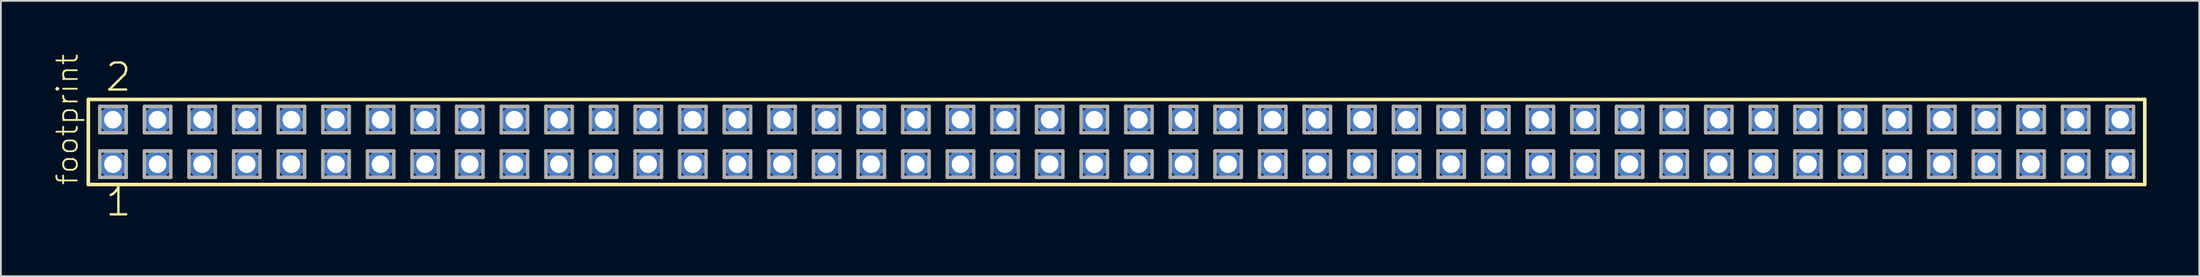
<source format=kicad_pcb>
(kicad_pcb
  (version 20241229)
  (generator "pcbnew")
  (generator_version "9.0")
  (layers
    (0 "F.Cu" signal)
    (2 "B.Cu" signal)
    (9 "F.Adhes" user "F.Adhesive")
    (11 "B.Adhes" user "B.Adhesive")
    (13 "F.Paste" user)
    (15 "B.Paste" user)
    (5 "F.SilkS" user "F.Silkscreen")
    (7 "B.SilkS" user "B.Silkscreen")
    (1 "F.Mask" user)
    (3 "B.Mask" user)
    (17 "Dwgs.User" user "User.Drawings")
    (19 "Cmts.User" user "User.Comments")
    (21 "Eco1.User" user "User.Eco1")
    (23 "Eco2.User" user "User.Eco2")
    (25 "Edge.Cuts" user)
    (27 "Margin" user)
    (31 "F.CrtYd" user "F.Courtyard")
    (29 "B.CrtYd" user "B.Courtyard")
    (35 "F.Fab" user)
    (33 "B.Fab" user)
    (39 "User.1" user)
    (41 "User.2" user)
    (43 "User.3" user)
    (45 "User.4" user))
  (footprint "footprint"
    (layer "F.Cu")
    (at 60.528 5.042)
    (property "Reference" "footprint" (at -59.055 2.54 90) (layer "F.SilkS") (effects (font (size 1.168 1.168) (thickness 0.102)) (justify left bottom)))
    (fp_line (start -58.549 -2.425) (end 58.549 -2.425) (stroke (width 0.203) (type solid)) (layer "F.SilkS"))
    (fp_line (start -58.549 2.425) (end -58.549 -2.425) (stroke (width 0.203) (type solid)) (layer "F.SilkS"))
    (fp_line (start 58.549 -2.425) (end 58.549 2.425) (stroke (width 0.203) (type solid)) (layer "F.SilkS"))
    (fp_line (start 58.549 2.425) (end -58.549 2.425) (stroke (width 0.203) (type solid)) (layer "F.SilkS"))
    (fp_line (start -57.895 -2.025) (end -56.395 -2.025) (stroke (width 0.203) (type solid)) (layer "F.Fab"))
    (fp_line (start -57.895 -0.525) (end -57.895 -2.025) (stroke (width 0.203) (type solid)) (layer "F.Fab"))
    (fp_line (start -57.895 0.515) (end -56.395 0.515) (stroke (width 0.203) (type solid)) (layer "F.Fab"))
    (fp_line (start -57.895 2.015) (end -57.895 0.515) (stroke (width 0.203) (type solid)) (layer "F.Fab"))
    (fp_line (start -56.395 -2.025) (end -56.395 -0.525) (stroke (width 0.203) (type solid)) (layer "F.Fab"))
    (fp_line (start -56.395 -0.525) (end -57.895 -0.525) (stroke (width 0.203) (type solid)) (layer "F.Fab"))
    (fp_line (start -56.395 0.515) (end -56.395 2.015) (stroke (width 0.203) (type solid)) (layer "F.Fab"))
    (fp_line (start -56.395 2.015) (end -57.895 2.015) (stroke (width 0.203) (type solid)) (layer "F.Fab"))
    (fp_line (start -55.355 -2.025) (end -53.855 -2.025) (stroke (width 0.203) (type solid)) (layer "F.Fab"))
    (fp_line (start -55.355 -0.525) (end -55.355 -2.025) (stroke (width 0.203) (type solid)) (layer "F.Fab"))
    (fp_line (start -55.355 0.515) (end -53.855 0.515) (stroke (width 0.203) (type solid)) (layer "F.Fab"))
    (fp_line (start -55.355 2.015) (end -55.355 0.515) (stroke (width 0.203) (type solid)) (layer "F.Fab"))
    (fp_line (start -53.855 -2.025) (end -53.855 -0.525) (stroke (width 0.203) (type solid)) (layer "F.Fab"))
    (fp_line (start -53.855 -0.525) (end -55.355 -0.525) (stroke (width 0.203) (type solid)) (layer "F.Fab"))
    (fp_line (start -53.855 0.515) (end -53.855 2.015) (stroke (width 0.203) (type solid)) (layer "F.Fab"))
    (fp_line (start -53.855 2.015) (end -55.355 2.015) (stroke (width 0.203) (type solid)) (layer "F.Fab"))
    (fp_line (start -52.815 -2.025) (end -51.315 -2.025) (stroke (width 0.203) (type solid)) (layer "F.Fab"))
    (fp_line (start -52.815 -0.525) (end -52.815 -2.025) (stroke (width 0.203) (type solid)) (layer "F.Fab"))
    (fp_line (start -52.815 0.515) (end -51.315 0.515) (stroke (width 0.203) (type solid)) (layer "F.Fab"))
    (fp_line (start -52.815 2.015) (end -52.815 0.515) (stroke (width 0.203) (type solid)) (layer "F.Fab"))
    (fp_line (start -51.315 -2.025) (end -51.315 -0.525) (stroke (width 0.203) (type solid)) (layer "F.Fab"))
    (fp_line (start -51.315 -0.525) (end -52.815 -0.525) (stroke (width 0.203) (type solid)) (layer "F.Fab"))
    (fp_line (start -51.315 0.515) (end -51.315 2.015) (stroke (width 0.203) (type solid)) (layer "F.Fab"))
    (fp_line (start -51.315 2.015) (end -52.815 2.015) (stroke (width 0.203) (type solid)) (layer "F.Fab"))
    (fp_line (start -50.275 -2.025) (end -48.775 -2.025) (stroke (width 0.203) (type solid)) (layer "F.Fab"))
    (fp_line (start -50.275 -0.525) (end -50.275 -2.025) (stroke (width 0.203) (type solid)) (layer "F.Fab"))
    (fp_line (start -50.275 0.515) (end -48.775 0.515) (stroke (width 0.203) (type solid)) (layer "F.Fab"))
    (fp_line (start -50.275 2.015) (end -50.275 0.515) (stroke (width 0.203) (type solid)) (layer "F.Fab"))
    (fp_line (start -48.775 -2.025) (end -48.775 -0.525) (stroke (width 0.203) (type solid)) (layer "F.Fab"))
    (fp_line (start -48.775 -0.525) (end -50.275 -0.525) (stroke (width 0.203) (type solid)) (layer "F.Fab"))
    (fp_line (start -48.775 0.515) (end -48.775 2.015) (stroke (width 0.203) (type solid)) (layer "F.Fab"))
    (fp_line (start -48.775 2.015) (end -50.275 2.015) (stroke (width 0.203) (type solid)) (layer "F.Fab"))
    (fp_line (start -47.735 -2.025) (end -46.235 -2.025) (stroke (width 0.203) (type solid)) (layer "F.Fab"))
    (fp_line (start -47.735 -0.525) (end -47.735 -2.025) (stroke (width 0.203) (type solid)) (layer "F.Fab"))
    (fp_line (start -47.735 0.515) (end -46.235 0.515) (stroke (width 0.203) (type solid)) (layer "F.Fab"))
    (fp_line (start -47.735 2.015) (end -47.735 0.515) (stroke (width 0.203) (type solid)) (layer "F.Fab"))
    (fp_line (start -46.235 -2.025) (end -46.235 -0.525) (stroke (width 0.203) (type solid)) (layer "F.Fab"))
    (fp_line (start -46.235 -0.525) (end -47.735 -0.525) (stroke (width 0.203) (type solid)) (layer "F.Fab"))
    (fp_line (start -46.235 0.515) (end -46.235 2.015) (stroke (width 0.203) (type solid)) (layer "F.Fab"))
    (fp_line (start -46.235 2.015) (end -47.735 2.015) (stroke (width 0.203) (type solid)) (layer "F.Fab"))
    (fp_line (start -45.195 -2.025) (end -43.695 -2.025) (stroke (width 0.203) (type solid)) (layer "F.Fab"))
    (fp_line (start -45.195 -0.525) (end -45.195 -2.025) (stroke (width 0.203) (type solid)) (layer "F.Fab"))
    (fp_line (start -45.195 0.515) (end -43.695 0.515) (stroke (width 0.203) (type solid)) (layer "F.Fab"))
    (fp_line (start -45.195 2.015) (end -45.195 0.515) (stroke (width 0.203) (type solid)) (layer "F.Fab"))
    (fp_line (start -43.695 -2.025) (end -43.695 -0.525) (stroke (width 0.203) (type solid)) (layer "F.Fab"))
    (fp_line (start -43.695 -0.525) (end -45.195 -0.525) (stroke (width 0.203) (type solid)) (layer "F.Fab"))
    (fp_line (start -43.695 0.515) (end -43.695 2.015) (stroke (width 0.203) (type solid)) (layer "F.Fab"))
    (fp_line (start -43.695 2.015) (end -45.195 2.015) (stroke (width 0.203) (type solid)) (layer "F.Fab"))
    (fp_line (start -42.655 -2.025) (end -41.155 -2.025) (stroke (width 0.203) (type solid)) (layer "F.Fab"))
    (fp_line (start -42.655 -0.525) (end -42.655 -2.025) (stroke (width 0.203) (type solid)) (layer "F.Fab"))
    (fp_line (start -42.655 0.515) (end -41.155 0.515) (stroke (width 0.203) (type solid)) (layer "F.Fab"))
    (fp_line (start -42.655 2.015) (end -42.655 0.515) (stroke (width 0.203) (type solid)) (layer "F.Fab"))
    (fp_line (start -41.155 -2.025) (end -41.155 -0.525) (stroke (width 0.203) (type solid)) (layer "F.Fab"))
    (fp_line (start -41.155 -0.525) (end -42.655 -0.525) (stroke (width 0.203) (type solid)) (layer "F.Fab"))
    (fp_line (start -41.155 0.515) (end -41.155 2.015) (stroke (width 0.203) (type solid)) (layer "F.Fab"))
    (fp_line (start -41.155 2.015) (end -42.655 2.015) (stroke (width 0.203) (type solid)) (layer "F.Fab"))
    (fp_line (start -40.115 -2.025) (end -38.615 -2.025) (stroke (width 0.203) (type solid)) (layer "F.Fab"))
    (fp_line (start -40.115 -0.525) (end -40.115 -2.025) (stroke (width 0.203) (type solid)) (layer "F.Fab"))
    (fp_line (start -40.115 0.515) (end -38.615 0.515) (stroke (width 0.203) (type solid)) (layer "F.Fab"))
    (fp_line (start -40.115 2.015) (end -40.115 0.515) (stroke (width 0.203) (type solid)) (layer "F.Fab"))
    (fp_line (start -38.615 -2.025) (end -38.615 -0.525) (stroke (width 0.203) (type solid)) (layer "F.Fab"))
    (fp_line (start -38.615 -0.525) (end -40.115 -0.525) (stroke (width 0.203) (type solid)) (layer "F.Fab"))
    (fp_line (start -38.615 0.515) (end -38.615 2.015) (stroke (width 0.203) (type solid)) (layer "F.Fab"))
    (fp_line (start -38.615 2.015) (end -40.115 2.015) (stroke (width 0.203) (type solid)) (layer "F.Fab"))
    (fp_line (start -37.575 -2.025) (end -36.075 -2.025) (stroke (width 0.203) (type solid)) (layer "F.Fab"))
    (fp_line (start -37.575 -0.525) (end -37.575 -2.025) (stroke (width 0.203) (type solid)) (layer "F.Fab"))
    (fp_line (start -37.575 0.515) (end -36.075 0.515) (stroke (width 0.203) (type solid)) (layer "F.Fab"))
    (fp_line (start -37.575 2.015) (end -37.575 0.515) (stroke (width 0.203) (type solid)) (layer "F.Fab"))
    (fp_line (start -36.075 -2.025) (end -36.075 -0.525) (stroke (width 0.203) (type solid)) (layer "F.Fab"))
    (fp_line (start -36.075 -0.525) (end -37.575 -0.525) (stroke (width 0.203) (type solid)) (layer "F.Fab"))
    (fp_line (start -36.075 0.515) (end -36.075 2.015) (stroke (width 0.203) (type solid)) (layer "F.Fab"))
    (fp_line (start -36.075 2.015) (end -37.575 2.015) (stroke (width 0.203) (type solid)) (layer "F.Fab"))
    (fp_line (start -35.035 -2.025) (end -33.535 -2.025) (stroke (width 0.203) (type solid)) (layer "F.Fab"))
    (fp_line (start -35.035 -0.525) (end -35.035 -2.025) (stroke (width 0.203) (type solid)) (layer "F.Fab"))
    (fp_line (start -35.035 0.515) (end -33.535 0.515) (stroke (width 0.203) (type solid)) (layer "F.Fab"))
    (fp_line (start -35.035 2.015) (end -35.035 0.515) (stroke (width 0.203) (type solid)) (layer "F.Fab"))
    (fp_line (start -33.535 -2.025) (end -33.535 -0.525) (stroke (width 0.203) (type solid)) (layer "F.Fab"))
    (fp_line (start -33.535 -0.525) (end -35.035 -0.525) (stroke (width 0.203) (type solid)) (layer "F.Fab"))
    (fp_line (start -33.535 0.515) (end -33.535 2.015) (stroke (width 0.203) (type solid)) (layer "F.Fab"))
    (fp_line (start -33.535 2.015) (end -35.035 2.015) (stroke (width 0.203) (type solid)) (layer "F.Fab"))
    (fp_line (start -32.495 -2.025) (end -30.995 -2.025) (stroke (width 0.203) (type solid)) (layer "F.Fab"))
    (fp_line (start -32.495 -0.525) (end -32.495 -2.025) (stroke (width 0.203) (type solid)) (layer "F.Fab"))
    (fp_line (start -32.495 0.515) (end -30.995 0.515) (stroke (width 0.203) (type solid)) (layer "F.Fab"))
    (fp_line (start -32.495 2.015) (end -32.495 0.515) (stroke (width 0.203) (type solid)) (layer "F.Fab"))
    (fp_line (start -30.995 -2.025) (end -30.995 -0.525) (stroke (width 0.203) (type solid)) (layer "F.Fab"))
    (fp_line (start -30.995 -0.525) (end -32.495 -0.525) (stroke (width 0.203) (type solid)) (layer "F.Fab"))
    (fp_line (start -30.995 0.515) (end -30.995 2.015) (stroke (width 0.203) (type solid)) (layer "F.Fab"))
    (fp_line (start -30.995 2.015) (end -32.495 2.015) (stroke (width 0.203) (type solid)) (layer "F.Fab"))
    (fp_line (start -29.955 -2.025) (end -28.455 -2.025) (stroke (width 0.203) (type solid)) (layer "F.Fab"))
    (fp_line (start -29.955 -0.525) (end -29.955 -2.025) (stroke (width 0.203) (type solid)) (layer "F.Fab"))
    (fp_line (start -29.955 0.515) (end -28.455 0.515) (stroke (width 0.203) (type solid)) (layer "F.Fab"))
    (fp_line (start -29.955 2.015) (end -29.955 0.515) (stroke (width 0.203) (type solid)) (layer "F.Fab"))
    (fp_line (start -28.455 -2.025) (end -28.455 -0.525) (stroke (width 0.203) (type solid)) (layer "F.Fab"))
    (fp_line (start -28.455 -0.525) (end -29.955 -0.525) (stroke (width 0.203) (type solid)) (layer "F.Fab"))
    (fp_line (start -28.455 0.515) (end -28.455 2.015) (stroke (width 0.203) (type solid)) (layer "F.Fab"))
    (fp_line (start -28.455 2.015) (end -29.955 2.015) (stroke (width 0.203) (type solid)) (layer "F.Fab"))
    (fp_line (start -27.415 -2.025) (end -25.915 -2.025) (stroke (width 0.203) (type solid)) (layer "F.Fab"))
    (fp_line (start -27.415 -0.525) (end -27.415 -2.025) (stroke (width 0.203) (type solid)) (layer "F.Fab"))
    (fp_line (start -27.415 0.515) (end -25.915 0.515) (stroke (width 0.203) (type solid)) (layer "F.Fab"))
    (fp_line (start -27.415 2.015) (end -27.415 0.515) (stroke (width 0.203) (type solid)) (layer "F.Fab"))
    (fp_line (start -25.915 -2.025) (end -25.915 -0.525) (stroke (width 0.203) (type solid)) (layer "F.Fab"))
    (fp_line (start -25.915 -0.525) (end -27.415 -0.525) (stroke (width 0.203) (type solid)) (layer "F.Fab"))
    (fp_line (start -25.915 0.515) (end -25.915 2.015) (stroke (width 0.203) (type solid)) (layer "F.Fab"))
    (fp_line (start -25.915 2.015) (end -27.415 2.015) (stroke (width 0.203) (type solid)) (layer "F.Fab"))
    (fp_line (start -24.875 -2.025) (end -23.375 -2.025) (stroke (width 0.203) (type solid)) (layer "F.Fab"))
    (fp_line (start -24.875 -0.525) (end -24.875 -2.025) (stroke (width 0.203) (type solid)) (layer "F.Fab"))
    (fp_line (start -24.875 0.515) (end -23.375 0.515) (stroke (width 0.203) (type solid)) (layer "F.Fab"))
    (fp_line (start -24.875 2.015) (end -24.875 0.515) (stroke (width 0.203) (type solid)) (layer "F.Fab"))
    (fp_line (start -23.375 -2.025) (end -23.375 -0.525) (stroke (width 0.203) (type solid)) (layer "F.Fab"))
    (fp_line (start -23.375 -0.525) (end -24.875 -0.525) (stroke (width 0.203) (type solid)) (layer "F.Fab"))
    (fp_line (start -23.375 0.515) (end -23.375 2.015) (stroke (width 0.203) (type solid)) (layer "F.Fab"))
    (fp_line (start -23.375 2.015) (end -24.875 2.015) (stroke (width 0.203) (type solid)) (layer "F.Fab"))
    (fp_line (start -22.335 -2.025) (end -20.835 -2.025) (stroke (width 0.203) (type solid)) (layer "F.Fab"))
    (fp_line (start -22.335 -0.525) (end -22.335 -2.025) (stroke (width 0.203) (type solid)) (layer "F.Fab"))
    (fp_line (start -22.335 0.515) (end -20.835 0.515) (stroke (width 0.203) (type solid)) (layer "F.Fab"))
    (fp_line (start -22.335 2.015) (end -22.335 0.515) (stroke (width 0.203) (type solid)) (layer "F.Fab"))
    (fp_line (start -20.835 -2.025) (end -20.835 -0.525) (stroke (width 0.203) (type solid)) (layer "F.Fab"))
    (fp_line (start -20.835 -0.525) (end -22.335 -0.525) (stroke (width 0.203) (type solid)) (layer "F.Fab"))
    (fp_line (start -20.835 0.515) (end -20.835 2.015) (stroke (width 0.203) (type solid)) (layer "F.Fab"))
    (fp_line (start -20.835 2.015) (end -22.335 2.015) (stroke (width 0.203) (type solid)) (layer "F.Fab"))
    (fp_line (start -19.795 -2.025) (end -18.295 -2.025) (stroke (width 0.203) (type solid)) (layer "F.Fab"))
    (fp_line (start -19.795 -0.525) (end -19.795 -2.025) (stroke (width 0.203) (type solid)) (layer "F.Fab"))
    (fp_line (start -19.795 0.515) (end -18.295 0.515) (stroke (width 0.203) (type solid)) (layer "F.Fab"))
    (fp_line (start -19.795 2.015) (end -19.795 0.515) (stroke (width 0.203) (type solid)) (layer "F.Fab"))
    (fp_line (start -18.295 -2.025) (end -18.295 -0.525) (stroke (width 0.203) (type solid)) (layer "F.Fab"))
    (fp_line (start -18.295 -0.525) (end -19.795 -0.525) (stroke (width 0.203) (type solid)) (layer "F.Fab"))
    (fp_line (start -18.295 0.515) (end -18.295 2.015) (stroke (width 0.203) (type solid)) (layer "F.Fab"))
    (fp_line (start -18.295 2.015) (end -19.795 2.015) (stroke (width 0.203) (type solid)) (layer "F.Fab"))
    (fp_line (start -17.255 -2.025) (end -15.755 -2.025) (stroke (width 0.203) (type solid)) (layer "F.Fab"))
    (fp_line (start -17.255 -0.525) (end -17.255 -2.025) (stroke (width 0.203) (type solid)) (layer "F.Fab"))
    (fp_line (start -17.255 0.515) (end -15.755 0.515) (stroke (width 0.203) (type solid)) (layer "F.Fab"))
    (fp_line (start -17.255 2.015) (end -17.255 0.515) (stroke (width 0.203) (type solid)) (layer "F.Fab"))
    (fp_line (start -15.755 -2.025) (end -15.755 -0.525) (stroke (width 0.203) (type solid)) (layer "F.Fab"))
    (fp_line (start -15.755 -0.525) (end -17.255 -0.525) (stroke (width 0.203) (type solid)) (layer "F.Fab"))
    (fp_line (start -15.755 0.515) (end -15.755 2.015) (stroke (width 0.203) (type solid)) (layer "F.Fab"))
    (fp_line (start -15.755 2.015) (end -17.255 2.015) (stroke (width 0.203) (type solid)) (layer "F.Fab"))
    (fp_line (start -14.715 -2.025) (end -13.215 -2.025) (stroke (width 0.203) (type solid)) (layer "F.Fab"))
    (fp_line (start -14.715 -0.525) (end -14.715 -2.025) (stroke (width 0.203) (type solid)) (layer "F.Fab"))
    (fp_line (start -14.715 0.515) (end -13.215 0.515) (stroke (width 0.203) (type solid)) (layer "F.Fab"))
    (fp_line (start -14.715 2.015) (end -14.715 0.515) (stroke (width 0.203) (type solid)) (layer "F.Fab"))
    (fp_line (start -13.215 -2.025) (end -13.215 -0.525) (stroke (width 0.203) (type solid)) (layer "F.Fab"))
    (fp_line (start -13.215 -0.525) (end -14.715 -0.525) (stroke (width 0.203) (type solid)) (layer "F.Fab"))
    (fp_line (start -13.215 0.515) (end -13.215 2.015) (stroke (width 0.203) (type solid)) (layer "F.Fab"))
    (fp_line (start -13.215 2.015) (end -14.715 2.015) (stroke (width 0.203) (type solid)) (layer "F.Fab"))
    (fp_line (start -12.175 -2.025) (end -10.675 -2.025) (stroke (width 0.203) (type solid)) (layer "F.Fab"))
    (fp_line (start -12.175 -0.525) (end -12.175 -2.025) (stroke (width 0.203) (type solid)) (layer "F.Fab"))
    (fp_line (start -12.175 0.515) (end -10.675 0.515) (stroke (width 0.203) (type solid)) (layer "F.Fab"))
    (fp_line (start -12.175 2.015) (end -12.175 0.515) (stroke (width 0.203) (type solid)) (layer "F.Fab"))
    (fp_line (start -10.675 -2.025) (end -10.675 -0.525) (stroke (width 0.203) (type solid)) (layer "F.Fab"))
    (fp_line (start -10.675 -0.525) (end -12.175 -0.525) (stroke (width 0.203) (type solid)) (layer "F.Fab"))
    (fp_line (start -10.675 0.515) (end -10.675 2.015) (stroke (width 0.203) (type solid)) (layer "F.Fab"))
    (fp_line (start -10.675 2.015) (end -12.175 2.015) (stroke (width 0.203) (type solid)) (layer "F.Fab"))
    (fp_line (start -9.635 -2.025) (end -8.135 -2.025) (stroke (width 0.203) (type solid)) (layer "F.Fab"))
    (fp_line (start -9.635 -0.525) (end -9.635 -2.025) (stroke (width 0.203) (type solid)) (layer "F.Fab"))
    (fp_line (start -9.635 0.515) (end -8.135 0.515) (stroke (width 0.203) (type solid)) (layer "F.Fab"))
    (fp_line (start -9.635 2.015) (end -9.635 0.515) (stroke (width 0.203) (type solid)) (layer "F.Fab"))
    (fp_line (start -8.135 -2.025) (end -8.135 -0.525) (stroke (width 0.203) (type solid)) (layer "F.Fab"))
    (fp_line (start -8.135 -0.525) (end -9.635 -0.525) (stroke (width 0.203) (type solid)) (layer "F.Fab"))
    (fp_line (start -8.135 0.515) (end -8.135 2.015) (stroke (width 0.203) (type solid)) (layer "F.Fab"))
    (fp_line (start -8.135 2.015) (end -9.635 2.015) (stroke (width 0.203) (type solid)) (layer "F.Fab"))
    (fp_line (start -7.095 -2.025) (end -5.595 -2.025) (stroke (width 0.203) (type solid)) (layer "F.Fab"))
    (fp_line (start -7.095 -0.525) (end -7.095 -2.025) (stroke (width 0.203) (type solid)) (layer "F.Fab"))
    (fp_line (start -7.095 0.515) (end -5.595 0.515) (stroke (width 0.203) (type solid)) (layer "F.Fab"))
    (fp_line (start -7.095 2.015) (end -7.095 0.515) (stroke (width 0.203) (type solid)) (layer "F.Fab"))
    (fp_line (start -5.595 -2.025) (end -5.595 -0.525) (stroke (width 0.203) (type solid)) (layer "F.Fab"))
    (fp_line (start -5.595 -0.525) (end -7.095 -0.525) (stroke (width 0.203) (type solid)) (layer "F.Fab"))
    (fp_line (start -5.595 0.515) (end -5.595 2.015) (stroke (width 0.203) (type solid)) (layer "F.Fab"))
    (fp_line (start -5.595 2.015) (end -7.095 2.015) (stroke (width 0.203) (type solid)) (layer "F.Fab"))
    (fp_line (start -4.555 -2.025) (end -3.055 -2.025) (stroke (width 0.203) (type solid)) (layer "F.Fab"))
    (fp_line (start -4.555 -0.525) (end -4.555 -2.025) (stroke (width 0.203) (type solid)) (layer "F.Fab"))
    (fp_line (start -4.555 0.515) (end -3.055 0.515) (stroke (width 0.203) (type solid)) (layer "F.Fab"))
    (fp_line (start -4.555 2.015) (end -4.555 0.515) (stroke (width 0.203) (type solid)) (layer "F.Fab"))
    (fp_line (start -3.055 -2.025) (end -3.055 -0.525) (stroke (width 0.203) (type solid)) (layer "F.Fab"))
    (fp_line (start -3.055 -0.525) (end -4.555 -0.525) (stroke (width 0.203) (type solid)) (layer "F.Fab"))
    (fp_line (start -3.055 0.515) (end -3.055 2.015) (stroke (width 0.203) (type solid)) (layer "F.Fab"))
    (fp_line (start -3.055 2.015) (end -4.555 2.015) (stroke (width 0.203) (type solid)) (layer "F.Fab"))
    (fp_line (start -2.015 -2.025) (end -0.515 -2.025) (stroke (width 0.203) (type solid)) (layer "F.Fab"))
    (fp_line (start -2.015 -0.525) (end -2.015 -2.025) (stroke (width 0.203) (type solid)) (layer "F.Fab"))
    (fp_line (start -2.015 0.515) (end -0.515 0.515) (stroke (width 0.203) (type solid)) (layer "F.Fab"))
    (fp_line (start -2.015 2.015) (end -2.015 0.515) (stroke (width 0.203) (type solid)) (layer "F.Fab"))
    (fp_line (start -0.515 -2.025) (end -0.515 -0.525) (stroke (width 0.203) (type solid)) (layer "F.Fab"))
    (fp_line (start -0.515 -0.525) (end -2.015 -0.525) (stroke (width 0.203) (type solid)) (layer "F.Fab"))
    (fp_line (start -0.515 0.515) (end -0.515 2.015) (stroke (width 0.203) (type solid)) (layer "F.Fab"))
    (fp_line (start -0.515 2.015) (end -2.015 2.015) (stroke (width 0.203) (type solid)) (layer "F.Fab"))
    (fp_line (start 0.525 -2.025) (end 2.025 -2.025) (stroke (width 0.203) (type solid)) (layer "F.Fab"))
    (fp_line (start 0.525 -0.525) (end 0.525 -2.025) (stroke (width 0.203) (type solid)) (layer "F.Fab"))
    (fp_line (start 0.525 0.515) (end 2.025 0.515) (stroke (width 0.203) (type solid)) (layer "F.Fab"))
    (fp_line (start 0.525 2.015) (end 0.525 0.515) (stroke (width 0.203) (type solid)) (layer "F.Fab"))
    (fp_line (start 2.025 -2.025) (end 2.025 -0.525) (stroke (width 0.203) (type solid)) (layer "F.Fab"))
    (fp_line (start 2.025 -0.525) (end 0.525 -0.525) (stroke (width 0.203) (type solid)) (layer "F.Fab"))
    (fp_line (start 2.025 0.515) (end 2.025 2.015) (stroke (width 0.203) (type solid)) (layer "F.Fab"))
    (fp_line (start 2.025 2.015) (end 0.525 2.015) (stroke (width 0.203) (type solid)) (layer "F.Fab"))
    (fp_line (start 3.065 -2.025) (end 4.565 -2.025) (stroke (width 0.203) (type solid)) (layer "F.Fab"))
    (fp_line (start 3.065 -0.525) (end 3.065 -2.025) (stroke (width 0.203) (type solid)) (layer "F.Fab"))
    (fp_line (start 3.065 0.515) (end 4.565 0.515) (stroke (width 0.203) (type solid)) (layer "F.Fab"))
    (fp_line (start 3.065 2.015) (end 3.065 0.515) (stroke (width 0.203) (type solid)) (layer "F.Fab"))
    (fp_line (start 4.565 -2.025) (end 4.565 -0.525) (stroke (width 0.203) (type solid)) (layer "F.Fab"))
    (fp_line (start 4.565 -0.525) (end 3.065 -0.525) (stroke (width 0.203) (type solid)) (layer "F.Fab"))
    (fp_line (start 4.565 0.515) (end 4.565 2.015) (stroke (width 0.203) (type solid)) (layer "F.Fab"))
    (fp_line (start 4.565 2.015) (end 3.065 2.015) (stroke (width 0.203) (type solid)) (layer "F.Fab"))
    (fp_line (start 5.605 -2.025) (end 7.105 -2.025) (stroke (width 0.203) (type solid)) (layer "F.Fab"))
    (fp_line (start 5.605 -0.525) (end 5.605 -2.025) (stroke (width 0.203) (type solid)) (layer "F.Fab"))
    (fp_line (start 5.605 0.515) (end 7.105 0.515) (stroke (width 0.203) (type solid)) (layer "F.Fab"))
    (fp_line (start 5.605 2.015) (end 5.605 0.515) (stroke (width 0.203) (type solid)) (layer "F.Fab"))
    (fp_line (start 7.105 -2.025) (end 7.105 -0.525) (stroke (width 0.203) (type solid)) (layer "F.Fab"))
    (fp_line (start 7.105 -0.525) (end 5.605 -0.525) (stroke (width 0.203) (type solid)) (layer "F.Fab"))
    (fp_line (start 7.105 0.515) (end 7.105 2.015) (stroke (width 0.203) (type solid)) (layer "F.Fab"))
    (fp_line (start 7.105 2.015) (end 5.605 2.015) (stroke (width 0.203) (type solid)) (layer "F.Fab"))
    (fp_line (start 8.145 -2.025) (end 9.645 -2.025) (stroke (width 0.203) (type solid)) (layer "F.Fab"))
    (fp_line (start 8.145 -0.525) (end 8.145 -2.025) (stroke (width 0.203) (type solid)) (layer "F.Fab"))
    (fp_line (start 8.145 0.515) (end 9.645 0.515) (stroke (width 0.203) (type solid)) (layer "F.Fab"))
    (fp_line (start 8.145 2.015) (end 8.145 0.515) (stroke (width 0.203) (type solid)) (layer "F.Fab"))
    (fp_line (start 9.645 -2.025) (end 9.645 -0.525) (stroke (width 0.203) (type solid)) (layer "F.Fab"))
    (fp_line (start 9.645 -0.525) (end 8.145 -0.525) (stroke (width 0.203) (type solid)) (layer "F.Fab"))
    (fp_line (start 9.645 0.515) (end 9.645 2.015) (stroke (width 0.203) (type solid)) (layer "F.Fab"))
    (fp_line (start 9.645 2.015) (end 8.145 2.015) (stroke (width 0.203) (type solid)) (layer "F.Fab"))
    (fp_line (start 10.685 -2.025) (end 12.185 -2.025) (stroke (width 0.203) (type solid)) (layer "F.Fab"))
    (fp_line (start 10.685 -0.525) (end 10.685 -2.025) (stroke (width 0.203) (type solid)) (layer "F.Fab"))
    (fp_line (start 10.685 0.515) (end 12.185 0.515) (stroke (width 0.203) (type solid)) (layer "F.Fab"))
    (fp_line (start 10.685 2.015) (end 10.685 0.515) (stroke (width 0.203) (type solid)) (layer "F.Fab"))
    (fp_line (start 12.185 -2.025) (end 12.185 -0.525) (stroke (width 0.203) (type solid)) (layer "F.Fab"))
    (fp_line (start 12.185 -0.525) (end 10.685 -0.525) (stroke (width 0.203) (type solid)) (layer "F.Fab"))
    (fp_line (start 12.185 0.515) (end 12.185 2.015) (stroke (width 0.203) (type solid)) (layer "F.Fab"))
    (fp_line (start 12.185 2.015) (end 10.685 2.015) (stroke (width 0.203) (type solid)) (layer "F.Fab"))
    (fp_line (start 13.225 -2.025) (end 14.725 -2.025) (stroke (width 0.203) (type solid)) (layer "F.Fab"))
    (fp_line (start 13.225 -0.525) (end 13.225 -2.025) (stroke (width 0.203) (type solid)) (layer "F.Fab"))
    (fp_line (start 13.225 0.515) (end 14.725 0.515) (stroke (width 0.203) (type solid)) (layer "F.Fab"))
    (fp_line (start 13.225 2.015) (end 13.225 0.515) (stroke (width 0.203) (type solid)) (layer "F.Fab"))
    (fp_line (start 14.725 -2.025) (end 14.725 -0.525) (stroke (width 0.203) (type solid)) (layer "F.Fab"))
    (fp_line (start 14.725 -0.525) (end 13.225 -0.525) (stroke (width 0.203) (type solid)) (layer "F.Fab"))
    (fp_line (start 14.725 0.515) (end 14.725 2.015) (stroke (width 0.203) (type solid)) (layer "F.Fab"))
    (fp_line (start 14.725 2.015) (end 13.225 2.015) (stroke (width 0.203) (type solid)) (layer "F.Fab"))
    (fp_line (start 15.765 -2.025) (end 17.265 -2.025) (stroke (width 0.203) (type solid)) (layer "F.Fab"))
    (fp_line (start 15.765 -0.525) (end 15.765 -2.025) (stroke (width 0.203) (type solid)) (layer "F.Fab"))
    (fp_line (start 15.765 0.515) (end 17.265 0.515) (stroke (width 0.203) (type solid)) (layer "F.Fab"))
    (fp_line (start 15.765 2.015) (end 15.765 0.515) (stroke (width 0.203) (type solid)) (layer "F.Fab"))
    (fp_line (start 17.265 -2.025) (end 17.265 -0.525) (stroke (width 0.203) (type solid)) (layer "F.Fab"))
    (fp_line (start 17.265 -0.525) (end 15.765 -0.525) (stroke (width 0.203) (type solid)) (layer "F.Fab"))
    (fp_line (start 17.265 0.515) (end 17.265 2.015) (stroke (width 0.203) (type solid)) (layer "F.Fab"))
    (fp_line (start 17.265 2.015) (end 15.765 2.015) (stroke (width 0.203) (type solid)) (layer "F.Fab"))
    (fp_line (start 18.305 -2.025) (end 19.805 -2.025) (stroke (width 0.203) (type solid)) (layer "F.Fab"))
    (fp_line (start 18.305 -0.525) (end 18.305 -2.025) (stroke (width 0.203) (type solid)) (layer "F.Fab"))
    (fp_line (start 18.305 0.515) (end 19.805 0.515) (stroke (width 0.203) (type solid)) (layer "F.Fab"))
    (fp_line (start 18.305 2.015) (end 18.305 0.515) (stroke (width 0.203) (type solid)) (layer "F.Fab"))
    (fp_line (start 19.805 -2.025) (end 19.805 -0.525) (stroke (width 0.203) (type solid)) (layer "F.Fab"))
    (fp_line (start 19.805 -0.525) (end 18.305 -0.525) (stroke (width 0.203) (type solid)) (layer "F.Fab"))
    (fp_line (start 19.805 0.515) (end 19.805 2.015) (stroke (width 0.203) (type solid)) (layer "F.Fab"))
    (fp_line (start 19.805 2.015) (end 18.305 2.015) (stroke (width 0.203) (type solid)) (layer "F.Fab"))
    (fp_line (start 20.845 -2.025) (end 22.345 -2.025) (stroke (width 0.203) (type solid)) (layer "F.Fab"))
    (fp_line (start 20.845 -0.525) (end 20.845 -2.025) (stroke (width 0.203) (type solid)) (layer "F.Fab"))
    (fp_line (start 20.845 0.515) (end 22.345 0.515) (stroke (width 0.203) (type solid)) (layer "F.Fab"))
    (fp_line (start 20.845 2.015) (end 20.845 0.515) (stroke (width 0.203) (type solid)) (layer "F.Fab"))
    (fp_line (start 22.345 -2.025) (end 22.345 -0.525) (stroke (width 0.203) (type solid)) (layer "F.Fab"))
    (fp_line (start 22.345 -0.525) (end 20.845 -0.525) (stroke (width 0.203) (type solid)) (layer "F.Fab"))
    (fp_line (start 22.345 0.515) (end 22.345 2.015) (stroke (width 0.203) (type solid)) (layer "F.Fab"))
    (fp_line (start 22.345 2.015) (end 20.845 2.015) (stroke (width 0.203) (type solid)) (layer "F.Fab"))
    (fp_line (start 23.385 -2.025) (end 24.885 -2.025) (stroke (width 0.203) (type solid)) (layer "F.Fab"))
    (fp_line (start 23.385 -0.525) (end 23.385 -2.025) (stroke (width 0.203) (type solid)) (layer "F.Fab"))
    (fp_line (start 23.385 0.515) (end 24.885 0.515) (stroke (width 0.203) (type solid)) (layer "F.Fab"))
    (fp_line (start 23.385 2.015) (end 23.385 0.515) (stroke (width 0.203) (type solid)) (layer "F.Fab"))
    (fp_line (start 24.885 -2.025) (end 24.885 -0.525) (stroke (width 0.203) (type solid)) (layer "F.Fab"))
    (fp_line (start 24.885 -0.525) (end 23.385 -0.525) (stroke (width 0.203) (type solid)) (layer "F.Fab"))
    (fp_line (start 24.885 0.515) (end 24.885 2.015) (stroke (width 0.203) (type solid)) (layer "F.Fab"))
    (fp_line (start 24.885 2.015) (end 23.385 2.015) (stroke (width 0.203) (type solid)) (layer "F.Fab"))
    (fp_line (start 25.925 -2.025) (end 27.425 -2.025) (stroke (width 0.203) (type solid)) (layer "F.Fab"))
    (fp_line (start 25.925 -0.525) (end 25.925 -2.025) (stroke (width 0.203) (type solid)) (layer "F.Fab"))
    (fp_line (start 25.925 0.515) (end 27.425 0.515) (stroke (width 0.203) (type solid)) (layer "F.Fab"))
    (fp_line (start 25.925 2.015) (end 25.925 0.515) (stroke (width 0.203) (type solid)) (layer "F.Fab"))
    (fp_line (start 27.425 -2.025) (end 27.425 -0.525) (stroke (width 0.203) (type solid)) (layer "F.Fab"))
    (fp_line (start 27.425 -0.525) (end 25.925 -0.525) (stroke (width 0.203) (type solid)) (layer "F.Fab"))
    (fp_line (start 27.425 0.515) (end 27.425 2.015) (stroke (width 0.203) (type solid)) (layer "F.Fab"))
    (fp_line (start 27.425 2.015) (end 25.925 2.015) (stroke (width 0.203) (type solid)) (layer "F.Fab"))
    (fp_line (start 28.465 -2.025) (end 29.965 -2.025) (stroke (width 0.203) (type solid)) (layer "F.Fab"))
    (fp_line (start 28.465 -0.525) (end 28.465 -2.025) (stroke (width 0.203) (type solid)) (layer "F.Fab"))
    (fp_line (start 28.465 0.515) (end 29.965 0.515) (stroke (width 0.203) (type solid)) (layer "F.Fab"))
    (fp_line (start 28.465 2.015) (end 28.465 0.515) (stroke (width 0.203) (type solid)) (layer "F.Fab"))
    (fp_line (start 29.965 -2.025) (end 29.965 -0.525) (stroke (width 0.203) (type solid)) (layer "F.Fab"))
    (fp_line (start 29.965 -0.525) (end 28.465 -0.525) (stroke (width 0.203) (type solid)) (layer "F.Fab"))
    (fp_line (start 29.965 0.515) (end 29.965 2.015) (stroke (width 0.203) (type solid)) (layer "F.Fab"))
    (fp_line (start 29.965 2.015) (end 28.465 2.015) (stroke (width 0.203) (type solid)) (layer "F.Fab"))
    (fp_line (start 31.005 -2.025) (end 32.505 -2.025) (stroke (width 0.203) (type solid)) (layer "F.Fab"))
    (fp_line (start 31.005 -0.525) (end 31.005 -2.025) (stroke (width 0.203) (type solid)) (layer "F.Fab"))
    (fp_line (start 31.005 0.515) (end 32.505 0.515) (stroke (width 0.203) (type solid)) (layer "F.Fab"))
    (fp_line (start 31.005 2.015) (end 31.005 0.515) (stroke (width 0.203) (type solid)) (layer "F.Fab"))
    (fp_line (start 32.505 -2.025) (end 32.505 -0.525) (stroke (width 0.203) (type solid)) (layer "F.Fab"))
    (fp_line (start 32.505 -0.525) (end 31.005 -0.525) (stroke (width 0.203) (type solid)) (layer "F.Fab"))
    (fp_line (start 32.505 0.515) (end 32.505 2.015) (stroke (width 0.203) (type solid)) (layer "F.Fab"))
    (fp_line (start 32.505 2.015) (end 31.005 2.015) (stroke (width 0.203) (type solid)) (layer "F.Fab"))
    (fp_line (start 33.545 -2.025) (end 35.045 -2.025) (stroke (width 0.203) (type solid)) (layer "F.Fab"))
    (fp_line (start 33.545 -0.525) (end 33.545 -2.025) (stroke (width 0.203) (type solid)) (layer "F.Fab"))
    (fp_line (start 33.545 0.515) (end 35.045 0.515) (stroke (width 0.203) (type solid)) (layer "F.Fab"))
    (fp_line (start 33.545 2.015) (end 33.545 0.515) (stroke (width 0.203) (type solid)) (layer "F.Fab"))
    (fp_line (start 35.045 -2.025) (end 35.045 -0.525) (stroke (width 0.203) (type solid)) (layer "F.Fab"))
    (fp_line (start 35.045 -0.525) (end 33.545 -0.525) (stroke (width 0.203) (type solid)) (layer "F.Fab"))
    (fp_line (start 35.045 0.515) (end 35.045 2.015) (stroke (width 0.203) (type solid)) (layer "F.Fab"))
    (fp_line (start 35.045 2.015) (end 33.545 2.015) (stroke (width 0.203) (type solid)) (layer "F.Fab"))
    (fp_line (start 36.085 -2.025) (end 37.585 -2.025) (stroke (width 0.203) (type solid)) (layer "F.Fab"))
    (fp_line (start 36.085 -0.525) (end 36.085 -2.025) (stroke (width 0.203) (type solid)) (layer "F.Fab"))
    (fp_line (start 36.085 0.515) (end 37.585 0.515) (stroke (width 0.203) (type solid)) (layer "F.Fab"))
    (fp_line (start 36.085 2.015) (end 36.085 0.515) (stroke (width 0.203) (type solid)) (layer "F.Fab"))
    (fp_line (start 37.585 -2.025) (end 37.585 -0.525) (stroke (width 0.203) (type solid)) (layer "F.Fab"))
    (fp_line (start 37.585 -0.525) (end 36.085 -0.525) (stroke (width 0.203) (type solid)) (layer "F.Fab"))
    (fp_line (start 37.585 0.515) (end 37.585 2.015) (stroke (width 0.203) (type solid)) (layer "F.Fab"))
    (fp_line (start 37.585 2.015) (end 36.085 2.015) (stroke (width 0.203) (type solid)) (layer "F.Fab"))
    (fp_line (start 38.625 -2.025) (end 40.125 -2.025) (stroke (width 0.203) (type solid)) (layer "F.Fab"))
    (fp_line (start 38.625 -0.525) (end 38.625 -2.025) (stroke (width 0.203) (type solid)) (layer "F.Fab"))
    (fp_line (start 38.625 0.515) (end 40.125 0.515) (stroke (width 0.203) (type solid)) (layer "F.Fab"))
    (fp_line (start 38.625 2.015) (end 38.625 0.515) (stroke (width 0.203) (type solid)) (layer "F.Fab"))
    (fp_line (start 40.125 -2.025) (end 40.125 -0.525) (stroke (width 0.203) (type solid)) (layer "F.Fab"))
    (fp_line (start 40.125 -0.525) (end 38.625 -0.525) (stroke (width 0.203) (type solid)) (layer "F.Fab"))
    (fp_line (start 40.125 0.515) (end 40.125 2.015) (stroke (width 0.203) (type solid)) (layer "F.Fab"))
    (fp_line (start 40.125 2.015) (end 38.625 2.015) (stroke (width 0.203) (type solid)) (layer "F.Fab"))
    (fp_line (start 41.165 -2.025) (end 42.665 -2.025) (stroke (width 0.203) (type solid)) (layer "F.Fab"))
    (fp_line (start 41.165 -0.525) (end 41.165 -2.025) (stroke (width 0.203) (type solid)) (layer "F.Fab"))
    (fp_line (start 41.165 0.515) (end 42.665 0.515) (stroke (width 0.203) (type solid)) (layer "F.Fab"))
    (fp_line (start 41.165 2.015) (end 41.165 0.515) (stroke (width 0.203) (type solid)) (layer "F.Fab"))
    (fp_line (start 42.665 -2.025) (end 42.665 -0.525) (stroke (width 0.203) (type solid)) (layer "F.Fab"))
    (fp_line (start 42.665 -0.525) (end 41.165 -0.525) (stroke (width 0.203) (type solid)) (layer "F.Fab"))
    (fp_line (start 42.665 0.515) (end 42.665 2.015) (stroke (width 0.203) (type solid)) (layer "F.Fab"))
    (fp_line (start 42.665 2.015) (end 41.165 2.015) (stroke (width 0.203) (type solid)) (layer "F.Fab"))
    (fp_line (start 43.705 -2.025) (end 45.205 -2.025) (stroke (width 0.203) (type solid)) (layer "F.Fab"))
    (fp_line (start 43.705 -0.525) (end 43.705 -2.025) (stroke (width 0.203) (type solid)) (layer "F.Fab"))
    (fp_line (start 43.705 0.515) (end 45.205 0.515) (stroke (width 0.203) (type solid)) (layer "F.Fab"))
    (fp_line (start 43.705 2.015) (end 43.705 0.515) (stroke (width 0.203) (type solid)) (layer "F.Fab"))
    (fp_line (start 45.205 -2.025) (end 45.205 -0.525) (stroke (width 0.203) (type solid)) (layer "F.Fab"))
    (fp_line (start 45.205 -0.525) (end 43.705 -0.525) (stroke (width 0.203) (type solid)) (layer "F.Fab"))
    (fp_line (start 45.205 0.515) (end 45.205 2.015) (stroke (width 0.203) (type solid)) (layer "F.Fab"))
    (fp_line (start 45.205 2.015) (end 43.705 2.015) (stroke (width 0.203) (type solid)) (layer "F.Fab"))
    (fp_line (start 46.245 -2.025) (end 47.745 -2.025) (stroke (width 0.203) (type solid)) (layer "F.Fab"))
    (fp_line (start 46.245 -0.525) (end 46.245 -2.025) (stroke (width 0.203) (type solid)) (layer "F.Fab"))
    (fp_line (start 46.245 0.515) (end 47.745 0.515) (stroke (width 0.203) (type solid)) (layer "F.Fab"))
    (fp_line (start 46.245 2.015) (end 46.245 0.515) (stroke (width 0.203) (type solid)) (layer "F.Fab"))
    (fp_line (start 47.745 -2.025) (end 47.745 -0.525) (stroke (width 0.203) (type solid)) (layer "F.Fab"))
    (fp_line (start 47.745 -0.525) (end 46.245 -0.525) (stroke (width 0.203) (type solid)) (layer "F.Fab"))
    (fp_line (start 47.745 0.515) (end 47.745 2.015) (stroke (width 0.203) (type solid)) (layer "F.Fab"))
    (fp_line (start 47.745 2.015) (end 46.245 2.015) (stroke (width 0.203) (type solid)) (layer "F.Fab"))
    (fp_line (start 48.785 -2.025) (end 50.285 -2.025) (stroke (width 0.203) (type solid)) (layer "F.Fab"))
    (fp_line (start 48.785 -0.525) (end 48.785 -2.025) (stroke (width 0.203) (type solid)) (layer "F.Fab"))
    (fp_line (start 48.785 0.515) (end 50.285 0.515) (stroke (width 0.203) (type solid)) (layer "F.Fab"))
    (fp_line (start 48.785 2.015) (end 48.785 0.515) (stroke (width 0.203) (type solid)) (layer "F.Fab"))
    (fp_line (start 50.285 -2.025) (end 50.285 -0.525) (stroke (width 0.203) (type solid)) (layer "F.Fab"))
    (fp_line (start 50.285 -0.525) (end 48.785 -0.525) (stroke (width 0.203) (type solid)) (layer "F.Fab"))
    (fp_line (start 50.285 0.515) (end 50.285 2.015) (stroke (width 0.203) (type solid)) (layer "F.Fab"))
    (fp_line (start 50.285 2.015) (end 48.785 2.015) (stroke (width 0.203) (type solid)) (layer "F.Fab"))
    (fp_line (start 51.325 -2.025) (end 52.825 -2.025) (stroke (width 0.203) (type solid)) (layer "F.Fab"))
    (fp_line (start 51.325 -0.525) (end 51.325 -2.025) (stroke (width 0.203) (type solid)) (layer "F.Fab"))
    (fp_line (start 51.325 0.515) (end 52.825 0.515) (stroke (width 0.203) (type solid)) (layer "F.Fab"))
    (fp_line (start 51.325 2.015) (end 51.325 0.515) (stroke (width 0.203) (type solid)) (layer "F.Fab"))
    (fp_line (start 52.825 -2.025) (end 52.825 -0.525) (stroke (width 0.203) (type solid)) (layer "F.Fab"))
    (fp_line (start 52.825 -0.525) (end 51.325 -0.525) (stroke (width 0.203) (type solid)) (layer "F.Fab"))
    (fp_line (start 52.825 0.515) (end 52.825 2.015) (stroke (width 0.203) (type solid)) (layer "F.Fab"))
    (fp_line (start 52.825 2.015) (end 51.325 2.015) (stroke (width 0.203) (type solid)) (layer "F.Fab"))
    (fp_line (start 53.865 -2.025) (end 55.365 -2.025) (stroke (width 0.203) (type solid)) (layer "F.Fab"))
    (fp_line (start 53.865 -0.525) (end 53.865 -2.025) (stroke (width 0.203) (type solid)) (layer "F.Fab"))
    (fp_line (start 53.865 0.515) (end 55.365 0.515) (stroke (width 0.203) (type solid)) (layer "F.Fab"))
    (fp_line (start 53.865 2.015) (end 53.865 0.515) (stroke (width 0.203) (type solid)) (layer "F.Fab"))
    (fp_line (start 55.365 -2.025) (end 55.365 -0.525) (stroke (width 0.203) (type solid)) (layer "F.Fab"))
    (fp_line (start 55.365 -0.525) (end 53.865 -0.525) (stroke (width 0.203) (type solid)) (layer "F.Fab"))
    (fp_line (start 55.365 0.515) (end 55.365 2.015) (stroke (width 0.203) (type solid)) (layer "F.Fab"))
    (fp_line (start 55.365 2.015) (end 53.865 2.015) (stroke (width 0.203) (type solid)) (layer "F.Fab"))
    (fp_line (start 56.405 -2.025) (end 57.905 -2.025) (stroke (width 0.203) (type solid)) (layer "F.Fab"))
    (fp_line (start 56.405 -0.525) (end 56.405 -2.025) (stroke (width 0.203) (type solid)) (layer "F.Fab"))
    (fp_line (start 56.405 0.515) (end 57.905 0.515) (stroke (width 0.203) (type solid)) (layer "F.Fab"))
    (fp_line (start 56.405 2.015) (end 56.405 0.515) (stroke (width 0.203) (type solid)) (layer "F.Fab"))
    (fp_line (start 57.905 -2.025) (end 57.905 -0.525) (stroke (width 0.203) (type solid)) (layer "F.Fab"))
    (fp_line (start 57.905 -0.525) (end 56.405 -0.525) (stroke (width 0.203) (type solid)) (layer "F.Fab"))
    (fp_line (start 57.905 0.515) (end 57.905 2.015) (stroke (width 0.203) (type solid)) (layer "F.Fab"))
    (fp_line (start 57.905 2.015) (end 56.405 2.015) (stroke (width 0.203) (type solid)) (layer "F.Fab"))
    (fp_text user "2" (at -57.658 -2.794 0) (layer "F.SilkS") (effects (font (size 1.542 1.542) (thickness 0.134)) (justify left bottom)))
    (fp_text user "1" (at -57.658 4.318 0) (layer "F.SilkS") (effects (font (size 1.542 1.542) (thickness 0.134)) (justify left bottom)))
    (pad "1" thru_hole roundrect (at -57.15 1.27) (size 1.5 1.5) (drill 1) (layers "*.Cu" "*.Mask") (roundrect_rratio 0.25) (chamfer_ratio 0.25) (chamfer top_left top_right bottom_left bottom_right))
    (pad "2" thru_hole roundrect (at -57.15 -1.27) (size 1.5 1.5) (drill 1) (layers "*.Cu" "*.Mask") (roundrect_rratio 0.25) (chamfer_ratio 0.25) (chamfer top_left top_right bottom_left bottom_right))
    (pad "3" thru_hole roundrect (at -54.61 1.27) (size 1.5 1.5) (drill 1) (layers "*.Cu" "*.Mask") (roundrect_rratio 0.25) (chamfer_ratio 0.25) (chamfer top_left top_right bottom_left bottom_right))
    (pad "4" thru_hole roundrect (at -54.61 -1.27) (size 1.5 1.5) (drill 1) (layers "*.Cu" "*.Mask") (roundrect_rratio 0.25) (chamfer_ratio 0.25) (chamfer top_left top_right bottom_left bottom_right))
    (pad "5" thru_hole roundrect (at -52.07 1.27) (size 1.5 1.5) (drill 1) (layers "*.Cu" "*.Mask") (roundrect_rratio 0.25) (chamfer_ratio 0.25) (chamfer top_left top_right bottom_left bottom_right))
    (pad "6" thru_hole roundrect (at -52.07 -1.27) (size 1.5 1.5) (drill 1) (layers "*.Cu" "*.Mask") (roundrect_rratio 0.25) (chamfer_ratio 0.25) (chamfer top_left top_right bottom_left bottom_right))
    (pad "7" thru_hole roundrect (at -49.53 1.27) (size 1.5 1.5) (drill 1) (layers "*.Cu" "*.Mask") (roundrect_rratio 0.25) (chamfer_ratio 0.25) (chamfer top_left top_right bottom_left bottom_right))
    (pad "8" thru_hole roundrect (at -49.53 -1.27) (size 1.5 1.5) (drill 1) (layers "*.Cu" "*.Mask") (roundrect_rratio 0.25) (chamfer_ratio 0.25) (chamfer top_left top_right bottom_left bottom_right))
    (pad "9" thru_hole roundrect (at -46.99 1.27) (size 1.5 1.5) (drill 1) (layers "*.Cu" "*.Mask") (roundrect_rratio 0.25) (chamfer_ratio 0.25) (chamfer top_left top_right bottom_left bottom_right))
    (pad "10" thru_hole roundrect (at -46.99 -1.27) (size 1.5 1.5) (drill 1) (layers "*.Cu" "*.Mask") (roundrect_rratio 0.25) (chamfer_ratio 0.25) (chamfer top_left top_right bottom_left bottom_right))
    (pad "11" thru_hole roundrect (at -44.45 1.27) (size 1.5 1.5) (drill 1) (layers "*.Cu" "*.Mask") (roundrect_rratio 0.25) (chamfer_ratio 0.25) (chamfer top_left top_right bottom_left bottom_right))
    (pad "12" thru_hole roundrect (at -44.45 -1.27) (size 1.5 1.5) (drill 1) (layers "*.Cu" "*.Mask") (roundrect_rratio 0.25) (chamfer_ratio 0.25) (chamfer top_left top_right bottom_left bottom_right))
    (pad "13" thru_hole roundrect (at -41.91 1.27) (size 1.5 1.5) (drill 1) (layers "*.Cu" "*.Mask") (roundrect_rratio 0.25) (chamfer_ratio 0.25) (chamfer top_left top_right bottom_left bottom_right))
    (pad "14" thru_hole roundrect (at -41.91 -1.27) (size 1.5 1.5) (drill 1) (layers "*.Cu" "*.Mask") (roundrect_rratio 0.25) (chamfer_ratio 0.25) (chamfer top_left top_right bottom_left bottom_right))
    (pad "15" thru_hole roundrect (at -39.37 1.27) (size 1.5 1.5) (drill 1) (layers "*.Cu" "*.Mask") (roundrect_rratio 0.25) (chamfer_ratio 0.25) (chamfer top_left top_right bottom_left bottom_right))
    (pad "16" thru_hole roundrect (at -39.37 -1.27) (size 1.5 1.5) (drill 1) (layers "*.Cu" "*.Mask") (roundrect_rratio 0.25) (chamfer_ratio 0.25) (chamfer top_left top_right bottom_left bottom_right))
    (pad "17" thru_hole roundrect (at -36.83 1.27) (size 1.5 1.5) (drill 1) (layers "*.Cu" "*.Mask") (roundrect_rratio 0.25) (chamfer_ratio 0.25) (chamfer top_left top_right bottom_left bottom_right))
    (pad "18" thru_hole roundrect (at -36.83 -1.27) (size 1.5 1.5) (drill 1) (layers "*.Cu" "*.Mask") (roundrect_rratio 0.25) (chamfer_ratio 0.25) (chamfer top_left top_right bottom_left bottom_right))
    (pad "19" thru_hole roundrect (at -34.29 1.27) (size 1.5 1.5) (drill 1) (layers "*.Cu" "*.Mask") (roundrect_rratio 0.25) (chamfer_ratio 0.25) (chamfer top_left top_right bottom_left bottom_right))
    (pad "20" thru_hole roundrect (at -34.29 -1.27) (size 1.5 1.5) (drill 1) (layers "*.Cu" "*.Mask") (roundrect_rratio 0.25) (chamfer_ratio 0.25) (chamfer top_left top_right bottom_left bottom_right))
    (pad "21" thru_hole roundrect (at -31.75 1.27) (size 1.5 1.5) (drill 1) (layers "*.Cu" "*.Mask") (roundrect_rratio 0.25) (chamfer_ratio 0.25) (chamfer top_left top_right bottom_left bottom_right))
    (pad "22" thru_hole roundrect (at -31.75 -1.27) (size 1.5 1.5) (drill 1) (layers "*.Cu" "*.Mask") (roundrect_rratio 0.25) (chamfer_ratio 0.25) (chamfer top_left top_right bottom_left bottom_right))
    (pad "23" thru_hole roundrect (at -29.21 1.27) (size 1.5 1.5) (drill 1) (layers "*.Cu" "*.Mask") (roundrect_rratio 0.25) (chamfer_ratio 0.25) (chamfer top_left top_right bottom_left bottom_right))
    (pad "24" thru_hole roundrect (at -29.21 -1.27) (size 1.5 1.5) (drill 1) (layers "*.Cu" "*.Mask") (roundrect_rratio 0.25) (chamfer_ratio 0.25) (chamfer top_left top_right bottom_left bottom_right))
    (pad "25" thru_hole roundrect (at -26.67 1.27) (size 1.5 1.5) (drill 1) (layers "*.Cu" "*.Mask") (roundrect_rratio 0.25) (chamfer_ratio 0.25) (chamfer top_left top_right bottom_left bottom_right))
    (pad "26" thru_hole roundrect (at -26.67 -1.27) (size 1.5 1.5) (drill 1) (layers "*.Cu" "*.Mask") (roundrect_rratio 0.25) (chamfer_ratio 0.25) (chamfer top_left top_right bottom_left bottom_right))
    (pad "27" thru_hole roundrect (at -24.13 1.27) (size 1.5 1.5) (drill 1) (layers "*.Cu" "*.Mask") (roundrect_rratio 0.25) (chamfer_ratio 0.25) (chamfer top_left top_right bottom_left bottom_right))
    (pad "28" thru_hole roundrect (at -24.13 -1.27) (size 1.5 1.5) (drill 1) (layers "*.Cu" "*.Mask") (roundrect_rratio 0.25) (chamfer_ratio 0.25) (chamfer top_left top_right bottom_left bottom_right))
    (pad "29" thru_hole roundrect (at -21.59 1.27) (size 1.5 1.5) (drill 1) (layers "*.Cu" "*.Mask") (roundrect_rratio 0.25) (chamfer_ratio 0.25) (chamfer top_left top_right bottom_left bottom_right))
    (pad "30" thru_hole roundrect (at -21.59 -1.27) (size 1.5 1.5) (drill 1) (layers "*.Cu" "*.Mask") (roundrect_rratio 0.25) (chamfer_ratio 0.25) (chamfer top_left top_right bottom_left bottom_right))
    (pad "31" thru_hole roundrect (at -19.05 1.27) (size 1.5 1.5) (drill 1) (layers "*.Cu" "*.Mask") (roundrect_rratio 0.25) (chamfer_ratio 0.25) (chamfer top_left top_right bottom_left bottom_right))
    (pad "32" thru_hole roundrect (at -19.05 -1.27) (size 1.5 1.5) (drill 1) (layers "*.Cu" "*.Mask") (roundrect_rratio 0.25) (chamfer_ratio 0.25) (chamfer top_left top_right bottom_left bottom_right))
    (pad "33" thru_hole roundrect (at -16.51 1.27) (size 1.5 1.5) (drill 1) (layers "*.Cu" "*.Mask") (roundrect_rratio 0.25) (chamfer_ratio 0.25) (chamfer top_left top_right bottom_left bottom_right))
    (pad "34" thru_hole roundrect (at -16.51 -1.27) (size 1.5 1.5) (drill 1) (layers "*.Cu" "*.Mask") (roundrect_rratio 0.25) (chamfer_ratio 0.25) (chamfer top_left top_right bottom_left bottom_right))
    (pad "35" thru_hole roundrect (at -13.97 1.27) (size 1.5 1.5) (drill 1) (layers "*.Cu" "*.Mask") (roundrect_rratio 0.25) (chamfer_ratio 0.25) (chamfer top_left top_right bottom_left bottom_right))
    (pad "36" thru_hole roundrect (at -13.97 -1.27) (size 1.5 1.5) (drill 1) (layers "*.Cu" "*.Mask") (roundrect_rratio 0.25) (chamfer_ratio 0.25) (chamfer top_left top_right bottom_left bottom_right))
    (pad "37" thru_hole roundrect (at -11.43 1.27) (size 1.5 1.5) (drill 1) (layers "*.Cu" "*.Mask") (roundrect_rratio 0.25) (chamfer_ratio 0.25) (chamfer top_left top_right bottom_left bottom_right))
    (pad "38" thru_hole roundrect (at -11.43 -1.27) (size 1.5 1.5) (drill 1) (layers "*.Cu" "*.Mask") (roundrect_rratio 0.25) (chamfer_ratio 0.25) (chamfer top_left top_right bottom_left bottom_right))
    (pad "39" thru_hole roundrect (at -8.89 1.27) (size 1.5 1.5) (drill 1) (layers "*.Cu" "*.Mask") (roundrect_rratio 0.25) (chamfer_ratio 0.25) (chamfer top_left top_right bottom_left bottom_right))
    (pad "40" thru_hole roundrect (at -8.89 -1.27) (size 1.5 1.5) (drill 1) (layers "*.Cu" "*.Mask") (roundrect_rratio 0.25) (chamfer_ratio 0.25) (chamfer top_left top_right bottom_left bottom_right))
    (pad "41" thru_hole roundrect (at -6.35 1.27) (size 1.5 1.5) (drill 1) (layers "*.Cu" "*.Mask") (roundrect_rratio 0.25) (chamfer_ratio 0.25) (chamfer top_left top_right bottom_left bottom_right))
    (pad "42" thru_hole roundrect (at -6.35 -1.27) (size 1.5 1.5) (drill 1) (layers "*.Cu" "*.Mask") (roundrect_rratio 0.25) (chamfer_ratio 0.25) (chamfer top_left top_right bottom_left bottom_right))
    (pad "43" thru_hole roundrect (at -3.81 1.27) (size 1.5 1.5) (drill 1) (layers "*.Cu" "*.Mask") (roundrect_rratio 0.25) (chamfer_ratio 0.25) (chamfer top_left top_right bottom_left bottom_right))
    (pad "44" thru_hole roundrect (at -3.81 -1.27) (size 1.5 1.5) (drill 1) (layers "*.Cu" "*.Mask") (roundrect_rratio 0.25) (chamfer_ratio 0.25) (chamfer top_left top_right bottom_left bottom_right))
    (pad "45" thru_hole roundrect (at -1.27 1.27) (size 1.5 1.5) (drill 1) (layers "*.Cu" "*.Mask") (roundrect_rratio 0.25) (chamfer_ratio 0.25) (chamfer top_left top_right bottom_left bottom_right))
    (pad "46" thru_hole roundrect (at -1.27 -1.27) (size 1.5 1.5) (drill 1) (layers "*.Cu" "*.Mask") (roundrect_rratio 0.25) (chamfer_ratio 0.25) (chamfer top_left top_right bottom_left bottom_right))
    (pad "47" thru_hole roundrect (at 1.27 1.27) (size 1.5 1.5) (drill 1) (layers "*.Cu" "*.Mask") (roundrect_rratio 0.25) (chamfer_ratio 0.25) (chamfer top_left top_right bottom_left bottom_right))
    (pad "48" thru_hole roundrect (at 1.27 -1.27) (size 1.5 1.5) (drill 1) (layers "*.Cu" "*.Mask") (roundrect_rratio 0.25) (chamfer_ratio 0.25) (chamfer top_left top_right bottom_left bottom_right))
    (pad "49" thru_hole roundrect (at 3.81 1.27) (size 1.5 1.5) (drill 1) (layers "*.Cu" "*.Mask") (roundrect_rratio 0.25) (chamfer_ratio 0.25) (chamfer top_left top_right bottom_left bottom_right))
    (pad "50" thru_hole roundrect (at 3.81 -1.27) (size 1.5 1.5) (drill 1) (layers "*.Cu" "*.Mask") (roundrect_rratio 0.25) (chamfer_ratio 0.25) (chamfer top_left top_right bottom_left bottom_right))
    (pad "51" thru_hole roundrect (at 6.35 1.27) (size 1.5 1.5) (drill 1) (layers "*.Cu" "*.Mask") (roundrect_rratio 0.25) (chamfer_ratio 0.25) (chamfer top_left top_right bottom_left bottom_right))
    (pad "52" thru_hole roundrect (at 6.35 -1.27) (size 1.5 1.5) (drill 1) (layers "*.Cu" "*.Mask") (roundrect_rratio 0.25) (chamfer_ratio 0.25) (chamfer top_left top_right bottom_left bottom_right))
    (pad "53" thru_hole roundrect (at 8.89 1.27) (size 1.5 1.5) (drill 1) (layers "*.Cu" "*.Mask") (roundrect_rratio 0.25) (chamfer_ratio 0.25) (chamfer top_left top_right bottom_left bottom_right))
    (pad "54" thru_hole roundrect (at 8.89 -1.27) (size 1.5 1.5) (drill 1) (layers "*.Cu" "*.Mask") (roundrect_rratio 0.25) (chamfer_ratio 0.25) (chamfer top_left top_right bottom_left bottom_right))
    (pad "55" thru_hole roundrect (at 11.43 1.27) (size 1.5 1.5) (drill 1) (layers "*.Cu" "*.Mask") (roundrect_rratio 0.25) (chamfer_ratio 0.25) (chamfer top_left top_right bottom_left bottom_right))
    (pad "56" thru_hole roundrect (at 11.43 -1.27) (size 1.5 1.5) (drill 1) (layers "*.Cu" "*.Mask") (roundrect_rratio 0.25) (chamfer_ratio 0.25) (chamfer top_left top_right bottom_left bottom_right))
    (pad "57" thru_hole roundrect (at 13.97 1.27) (size 1.5 1.5) (drill 1) (layers "*.Cu" "*.Mask") (roundrect_rratio 0.25) (chamfer_ratio 0.25) (chamfer top_left top_right bottom_left bottom_right))
    (pad "58" thru_hole roundrect (at 13.97 -1.27) (size 1.5 1.5) (drill 1) (layers "*.Cu" "*.Mask") (roundrect_rratio 0.25) (chamfer_ratio 0.25) (chamfer top_left top_right bottom_left bottom_right))
    (pad "59" thru_hole roundrect (at 16.51 1.27) (size 1.5 1.5) (drill 1) (layers "*.Cu" "*.Mask") (roundrect_rratio 0.25) (chamfer_ratio 0.25) (chamfer top_left top_right bottom_left bottom_right))
    (pad "60" thru_hole roundrect (at 16.51 -1.27) (size 1.5 1.5) (drill 1) (layers "*.Cu" "*.Mask") (roundrect_rratio 0.25) (chamfer_ratio 0.25) (chamfer top_left top_right bottom_left bottom_right))
    (pad "61" thru_hole roundrect (at 19.05 1.27) (size 1.5 1.5) (drill 1) (layers "*.Cu" "*.Mask") (roundrect_rratio 0.25) (chamfer_ratio 0.25) (chamfer top_left top_right bottom_left bottom_right))
    (pad "62" thru_hole roundrect (at 19.05 -1.27) (size 1.5 1.5) (drill 1) (layers "*.Cu" "*.Mask") (roundrect_rratio 0.25) (chamfer_ratio 0.25) (chamfer top_left top_right bottom_left bottom_right))
    (pad "63" thru_hole roundrect (at 21.59 1.27) (size 1.5 1.5) (drill 1) (layers "*.Cu" "*.Mask") (roundrect_rratio 0.25) (chamfer_ratio 0.25) (chamfer top_left top_right bottom_left bottom_right))
    (pad "64" thru_hole roundrect (at 21.59 -1.27) (size 1.5 1.5) (drill 1) (layers "*.Cu" "*.Mask") (roundrect_rratio 0.25) (chamfer_ratio 0.25) (chamfer top_left top_right bottom_left bottom_right))
    (pad "65" thru_hole roundrect (at 24.13 1.27) (size 1.5 1.5) (drill 1) (layers "*.Cu" "*.Mask") (roundrect_rratio 0.25) (chamfer_ratio 0.25) (chamfer top_left top_right bottom_left bottom_right))
    (pad "66" thru_hole roundrect (at 24.13 -1.27) (size 1.5 1.5) (drill 1) (layers "*.Cu" "*.Mask") (roundrect_rratio 0.25) (chamfer_ratio 0.25) (chamfer top_left top_right bottom_left bottom_right))
    (pad "67" thru_hole roundrect (at 26.67 1.27) (size 1.5 1.5) (drill 1) (layers "*.Cu" "*.Mask") (roundrect_rratio 0.25) (chamfer_ratio 0.25) (chamfer top_left top_right bottom_left bottom_right))
    (pad "68" thru_hole roundrect (at 26.67 -1.27) (size 1.5 1.5) (drill 1) (layers "*.Cu" "*.Mask") (roundrect_rratio 0.25) (chamfer_ratio 0.25) (chamfer top_left top_right bottom_left bottom_right))
    (pad "69" thru_hole roundrect (at 29.21 1.27) (size 1.5 1.5) (drill 1) (layers "*.Cu" "*.Mask") (roundrect_rratio 0.25) (chamfer_ratio 0.25) (chamfer top_left top_right bottom_left bottom_right))
    (pad "70" thru_hole roundrect (at 29.21 -1.27) (size 1.5 1.5) (drill 1) (layers "*.Cu" "*.Mask") (roundrect_rratio 0.25) (chamfer_ratio 0.25) (chamfer top_left top_right bottom_left bottom_right))
    (pad "71" thru_hole roundrect (at 31.75 1.27) (size 1.5 1.5) (drill 1) (layers "*.Cu" "*.Mask") (roundrect_rratio 0.25) (chamfer_ratio 0.25) (chamfer top_left top_right bottom_left bottom_right))
    (pad "72" thru_hole roundrect (at 31.75 -1.27) (size 1.5 1.5) (drill 1) (layers "*.Cu" "*.Mask") (roundrect_rratio 0.25) (chamfer_ratio 0.25) (chamfer top_left top_right bottom_left bottom_right))
    (pad "73" thru_hole roundrect (at 34.29 1.27) (size 1.5 1.5) (drill 1) (layers "*.Cu" "*.Mask") (roundrect_rratio 0.25) (chamfer_ratio 0.25) (chamfer top_left top_right bottom_left bottom_right))
    (pad "74" thru_hole roundrect (at 34.29 -1.27) (size 1.5 1.5) (drill 1) (layers "*.Cu" "*.Mask") (roundrect_rratio 0.25) (chamfer_ratio 0.25) (chamfer top_left top_right bottom_left bottom_right))
    (pad "75" thru_hole roundrect (at 36.83 1.27) (size 1.5 1.5) (drill 1) (layers "*.Cu" "*.Mask") (roundrect_rratio 0.25) (chamfer_ratio 0.25) (chamfer top_left top_right bottom_left bottom_right))
    (pad "76" thru_hole roundrect (at 36.83 -1.27) (size 1.5 1.5) (drill 1) (layers "*.Cu" "*.Mask") (roundrect_rratio 0.25) (chamfer_ratio 0.25) (chamfer top_left top_right bottom_left bottom_right))
    (pad "77" thru_hole roundrect (at 39.37 1.27) (size 1.5 1.5) (drill 1) (layers "*.Cu" "*.Mask") (roundrect_rratio 0.25) (chamfer_ratio 0.25) (chamfer top_left top_right bottom_left bottom_right))
    (pad "78" thru_hole roundrect (at 39.37 -1.27) (size 1.5 1.5) (drill 1) (layers "*.Cu" "*.Mask") (roundrect_rratio 0.25) (chamfer_ratio 0.25) (chamfer top_left top_right bottom_left bottom_right))
    (pad "79" thru_hole roundrect (at 41.91 1.27) (size 1.5 1.5) (drill 1) (layers "*.Cu" "*.Mask") (roundrect_rratio 0.25) (chamfer_ratio 0.25) (chamfer top_left top_right bottom_left bottom_right))
    (pad "80" thru_hole roundrect (at 41.91 -1.27) (size 1.5 1.5) (drill 1) (layers "*.Cu" "*.Mask") (roundrect_rratio 0.25) (chamfer_ratio 0.25) (chamfer top_left top_right bottom_left bottom_right))
    (pad "81" thru_hole roundrect (at 44.45 1.27) (size 1.5 1.5) (drill 1) (layers "*.Cu" "*.Mask") (roundrect_rratio 0.25) (chamfer_ratio 0.25) (chamfer top_left top_right bottom_left bottom_right))
    (pad "82" thru_hole roundrect (at 44.45 -1.27) (size 1.5 1.5) (drill 1) (layers "*.Cu" "*.Mask") (roundrect_rratio 0.25) (chamfer_ratio 0.25) (chamfer top_left top_right bottom_left bottom_right))
    (pad "83" thru_hole roundrect (at 46.99 1.27) (size 1.5 1.5) (drill 1) (layers "*.Cu" "*.Mask") (roundrect_rratio 0.25) (chamfer_ratio 0.25) (chamfer top_left top_right bottom_left bottom_right))
    (pad "84" thru_hole roundrect (at 46.99 -1.27) (size 1.5 1.5) (drill 1) (layers "*.Cu" "*.Mask") (roundrect_rratio 0.25) (chamfer_ratio 0.25) (chamfer top_left top_right bottom_left bottom_right))
    (pad "85" thru_hole roundrect (at 49.53 1.27) (size 1.5 1.5) (drill 1) (layers "*.Cu" "*.Mask") (roundrect_rratio 0.25) (chamfer_ratio 0.25) (chamfer top_left top_right bottom_left bottom_right))
    (pad "86" thru_hole roundrect (at 49.53 -1.27) (size 1.5 1.5) (drill 1) (layers "*.Cu" "*.Mask") (roundrect_rratio 0.25) (chamfer_ratio 0.25) (chamfer top_left top_right bottom_left bottom_right))
    (pad "87" thru_hole roundrect (at 52.07 1.27) (size 1.5 1.5) (drill 1) (layers "*.Cu" "*.Mask") (roundrect_rratio 0.25) (chamfer_ratio 0.25) (chamfer top_left top_right bottom_left bottom_right))
    (pad "88" thru_hole roundrect (at 52.07 -1.27) (size 1.5 1.5) (drill 1) (layers "*.Cu" "*.Mask") (roundrect_rratio 0.25) (chamfer_ratio 0.25) (chamfer top_left top_right bottom_left bottom_right))
    (pad "89" thru_hole roundrect (at 54.61 1.27) (size 1.5 1.5) (drill 1) (layers "*.Cu" "*.Mask") (roundrect_rratio 0.25) (chamfer_ratio 0.25) (chamfer top_left top_right bottom_left bottom_right))
    (pad "90" thru_hole roundrect (at 54.61 -1.27) (size 1.5 1.5) (drill 1) (layers "*.Cu" "*.Mask") (roundrect_rratio 0.25) (chamfer_ratio 0.25) (chamfer top_left top_right bottom_left bottom_right))
    (pad "91" thru_hole roundrect (at 57.15 1.27) (size 1.5 1.5) (drill 1) (layers "*.Cu" "*.Mask") (roundrect_rratio 0.25) (chamfer_ratio 0.25) (chamfer top_left top_right bottom_left bottom_right))
    (pad "92" thru_hole roundrect (at 57.15 -1.27) (size 1.5 1.5) (drill 1) (layers "*.Cu" "*.Mask") (roundrect_rratio 0.25) (chamfer_ratio 0.25) (chamfer top_left top_right bottom_left bottom_right)))
  (gr_rect
    (start -3 -3)
    (end 122.179 12.691)
    (stroke (width 0.1) (type default))
    (fill no)
    (layer "Edge.Cuts")))
</source>
